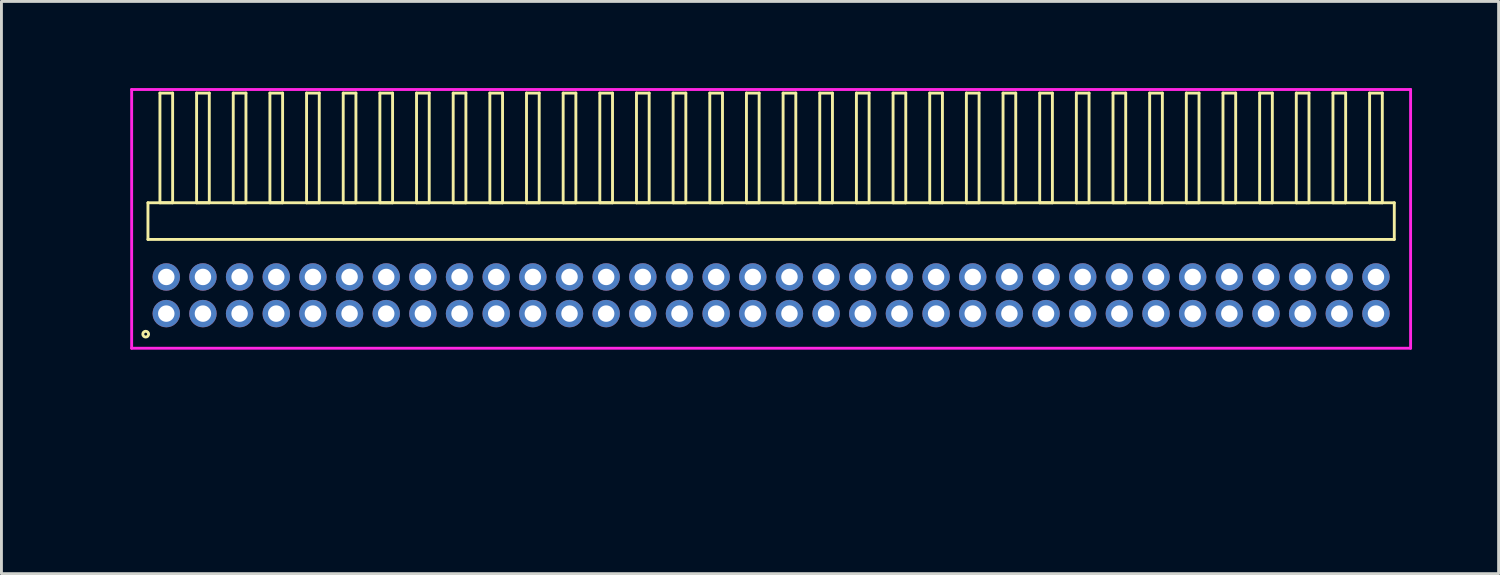
<source format=kicad_pcb>
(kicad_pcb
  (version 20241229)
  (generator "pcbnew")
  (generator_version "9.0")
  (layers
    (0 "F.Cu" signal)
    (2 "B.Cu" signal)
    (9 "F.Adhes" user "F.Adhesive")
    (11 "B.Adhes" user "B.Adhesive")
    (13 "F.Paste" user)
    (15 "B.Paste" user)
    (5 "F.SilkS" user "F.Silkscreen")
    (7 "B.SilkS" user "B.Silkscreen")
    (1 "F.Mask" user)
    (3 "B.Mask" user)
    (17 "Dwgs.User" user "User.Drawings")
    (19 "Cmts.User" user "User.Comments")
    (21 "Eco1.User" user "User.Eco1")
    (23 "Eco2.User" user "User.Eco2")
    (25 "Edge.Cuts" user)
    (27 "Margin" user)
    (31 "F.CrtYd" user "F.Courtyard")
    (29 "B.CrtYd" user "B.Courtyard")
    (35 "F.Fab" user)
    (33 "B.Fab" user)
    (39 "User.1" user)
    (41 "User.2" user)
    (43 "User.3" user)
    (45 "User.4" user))
  (footprint "HDR_RA127P34x2"
    (layer "F.Cu")
    (at 23.666 7.18)
    (property "Reference" "HDR_RA127P34x2" (at -22.905 0 90) (layer "User.1") (effects (font (size 1 1) (thickness 0.1))))
    (attr through_hole)
    (fp_line (start -21.59 -3.205) (end -21.59 -1.935) (stroke (width 0.1) (type solid)) (layer "F.SilkS"))
    (fp_line (start -21.59 -1.935) (end 21.59 -1.935) (stroke (width 0.1) (type solid)) (layer "F.SilkS"))
    (fp_line (start -21.175 -7.005) (end -21.175 -3.205) (stroke (width 0.1) (type solid)) (layer "F.SilkS"))
    (fp_line (start -21.175 -3.205) (end -20.735 -3.205) (stroke (width 0.1) (type solid)) (layer "F.SilkS"))
    (fp_line (start -20.735 -7.005) (end -21.175 -7.005) (stroke (width 0.1) (type solid)) (layer "F.SilkS"))
    (fp_line (start -20.735 -3.205) (end -20.735 -7.005) (stroke (width 0.1) (type solid)) (layer "F.SilkS"))
    (fp_line (start -19.905 -7.005) (end -19.905 -3.205) (stroke (width 0.1) (type solid)) (layer "F.SilkS"))
    (fp_line (start -19.905 -3.205) (end -19.465 -3.205) (stroke (width 0.1) (type solid)) (layer "F.SilkS"))
    (fp_line (start -19.465 -7.005) (end -19.905 -7.005) (stroke (width 0.1) (type solid)) (layer "F.SilkS"))
    (fp_line (start -19.465 -3.205) (end -19.465 -7.005) (stroke (width 0.1) (type solid)) (layer "F.SilkS"))
    (fp_line (start -18.635 -7.005) (end -18.635 -3.205) (stroke (width 0.1) (type solid)) (layer "F.SilkS"))
    (fp_line (start -18.635 -3.205) (end -18.195 -3.205) (stroke (width 0.1) (type solid)) (layer "F.SilkS"))
    (fp_line (start -18.195 -7.005) (end -18.635 -7.005) (stroke (width 0.1) (type solid)) (layer "F.SilkS"))
    (fp_line (start -18.195 -3.205) (end -18.195 -7.005) (stroke (width 0.1) (type solid)) (layer "F.SilkS"))
    (fp_line (start -17.365 -7.005) (end -17.365 -3.205) (stroke (width 0.1) (type solid)) (layer "F.SilkS"))
    (fp_line (start -17.365 -3.205) (end -16.925 -3.205) (stroke (width 0.1) (type solid)) (layer "F.SilkS"))
    (fp_line (start -16.925 -7.005) (end -17.365 -7.005) (stroke (width 0.1) (type solid)) (layer "F.SilkS"))
    (fp_line (start -16.925 -3.205) (end -16.925 -7.005) (stroke (width 0.1) (type solid)) (layer "F.SilkS"))
    (fp_line (start -16.095 -7.005) (end -16.095 -3.205) (stroke (width 0.1) (type solid)) (layer "F.SilkS"))
    (fp_line (start -16.095 -3.205) (end -15.655 -3.205) (stroke (width 0.1) (type solid)) (layer "F.SilkS"))
    (fp_line (start -15.655 -7.005) (end -16.095 -7.005) (stroke (width 0.1) (type solid)) (layer "F.SilkS"))
    (fp_line (start -15.655 -3.205) (end -15.655 -7.005) (stroke (width 0.1) (type solid)) (layer "F.SilkS"))
    (fp_line (start -14.825 -7.005) (end -14.825 -3.205) (stroke (width 0.1) (type solid)) (layer "F.SilkS"))
    (fp_line (start -14.825 -3.205) (end -14.385 -3.205) (stroke (width 0.1) (type solid)) (layer "F.SilkS"))
    (fp_line (start -14.385 -7.005) (end -14.825 -7.005) (stroke (width 0.1) (type solid)) (layer "F.SilkS"))
    (fp_line (start -14.385 -3.205) (end -14.385 -7.005) (stroke (width 0.1) (type solid)) (layer "F.SilkS"))
    (fp_line (start -13.555 -7.005) (end -13.555 -3.205) (stroke (width 0.1) (type solid)) (layer "F.SilkS"))
    (fp_line (start -13.555 -3.205) (end -13.115 -3.205) (stroke (width 0.1) (type solid)) (layer "F.SilkS"))
    (fp_line (start -13.115 -7.005) (end -13.555 -7.005) (stroke (width 0.1) (type solid)) (layer "F.SilkS"))
    (fp_line (start -13.115 -3.205) (end -13.115 -7.005) (stroke (width 0.1) (type solid)) (layer "F.SilkS"))
    (fp_line (start -12.285 -7.005) (end -12.285 -3.205) (stroke (width 0.1) (type solid)) (layer "F.SilkS"))
    (fp_line (start -12.285 -3.205) (end -11.845 -3.205) (stroke (width 0.1) (type solid)) (layer "F.SilkS"))
    (fp_line (start -11.845 -7.005) (end -12.285 -7.005) (stroke (width 0.1) (type solid)) (layer "F.SilkS"))
    (fp_line (start -11.845 -3.205) (end -11.845 -7.005) (stroke (width 0.1) (type solid)) (layer "F.SilkS"))
    (fp_line (start -11.015 -7.005) (end -11.015 -3.205) (stroke (width 0.1) (type solid)) (layer "F.SilkS"))
    (fp_line (start -11.015 -3.205) (end -10.575 -3.205) (stroke (width 0.1) (type solid)) (layer "F.SilkS"))
    (fp_line (start -10.575 -7.005) (end -11.015 -7.005) (stroke (width 0.1) (type solid)) (layer "F.SilkS"))
    (fp_line (start -10.575 -3.205) (end -10.575 -7.005) (stroke (width 0.1) (type solid)) (layer "F.SilkS"))
    (fp_line (start -9.745 -7.005) (end -9.745 -3.205) (stroke (width 0.1) (type solid)) (layer "F.SilkS"))
    (fp_line (start -9.745 -3.205) (end -9.305 -3.205) (stroke (width 0.1) (type solid)) (layer "F.SilkS"))
    (fp_line (start -9.305 -7.005) (end -9.745 -7.005) (stroke (width 0.1) (type solid)) (layer "F.SilkS"))
    (fp_line (start -9.305 -3.205) (end -9.305 -7.005) (stroke (width 0.1) (type solid)) (layer "F.SilkS"))
    (fp_line (start -8.475 -7.005) (end -8.475 -3.205) (stroke (width 0.1) (type solid)) (layer "F.SilkS"))
    (fp_line (start -8.475 -3.205) (end -8.035 -3.205) (stroke (width 0.1) (type solid)) (layer "F.SilkS"))
    (fp_line (start -8.035 -7.005) (end -8.475 -7.005) (stroke (width 0.1) (type solid)) (layer "F.SilkS"))
    (fp_line (start -8.035 -3.205) (end -8.035 -7.005) (stroke (width 0.1) (type solid)) (layer "F.SilkS"))
    (fp_line (start -7.205 -7.005) (end -7.205 -3.205) (stroke (width 0.1) (type solid)) (layer "F.SilkS"))
    (fp_line (start -7.205 -3.205) (end -6.765 -3.205) (stroke (width 0.1) (type solid)) (layer "F.SilkS"))
    (fp_line (start -6.765 -7.005) (end -7.205 -7.005) (stroke (width 0.1) (type solid)) (layer "F.SilkS"))
    (fp_line (start -6.765 -3.205) (end -6.765 -7.005) (stroke (width 0.1) (type solid)) (layer "F.SilkS"))
    (fp_line (start -5.935 -7.005) (end -5.935 -3.205) (stroke (width 0.1) (type solid)) (layer "F.SilkS"))
    (fp_line (start -5.935 -3.205) (end -5.495 -3.205) (stroke (width 0.1) (type solid)) (layer "F.SilkS"))
    (fp_line (start -5.495 -7.005) (end -5.935 -7.005) (stroke (width 0.1) (type solid)) (layer "F.SilkS"))
    (fp_line (start -5.495 -3.205) (end -5.495 -7.005) (stroke (width 0.1) (type solid)) (layer "F.SilkS"))
    (fp_line (start -4.665 -7.005) (end -4.665 -3.205) (stroke (width 0.1) (type solid)) (layer "F.SilkS"))
    (fp_line (start -4.665 -3.205) (end -4.225 -3.205) (stroke (width 0.1) (type solid)) (layer "F.SilkS"))
    (fp_line (start -4.225 -7.005) (end -4.665 -7.005) (stroke (width 0.1) (type solid)) (layer "F.SilkS"))
    (fp_line (start -4.225 -3.205) (end -4.225 -7.005) (stroke (width 0.1) (type solid)) (layer "F.SilkS"))
    (fp_line (start -3.395 -7.005) (end -3.395 -3.205) (stroke (width 0.1) (type solid)) (layer "F.SilkS"))
    (fp_line (start -3.395 -3.205) (end -2.955 -3.205) (stroke (width 0.1) (type solid)) (layer "F.SilkS"))
    (fp_line (start -2.955 -7.005) (end -3.395 -7.005) (stroke (width 0.1) (type solid)) (layer "F.SilkS"))
    (fp_line (start -2.955 -3.205) (end -2.955 -7.005) (stroke (width 0.1) (type solid)) (layer "F.SilkS"))
    (fp_line (start -2.125 -7.005) (end -2.125 -3.205) (stroke (width 0.1) (type solid)) (layer "F.SilkS"))
    (fp_line (start -2.125 -3.205) (end -1.685 -3.205) (stroke (width 0.1) (type solid)) (layer "F.SilkS"))
    (fp_line (start -1.685 -7.005) (end -2.125 -7.005) (stroke (width 0.1) (type solid)) (layer "F.SilkS"))
    (fp_line (start -1.685 -3.205) (end -1.685 -7.005) (stroke (width 0.1) (type solid)) (layer "F.SilkS"))
    (fp_line (start -0.855 -7.005) (end -0.855 -3.205) (stroke (width 0.1) (type solid)) (layer "F.SilkS"))
    (fp_line (start -0.855 -3.205) (end -0.415 -3.205) (stroke (width 0.1) (type solid)) (layer "F.SilkS"))
    (fp_line (start -0.415 -7.005) (end -0.855 -7.005) (stroke (width 0.1) (type solid)) (layer "F.SilkS"))
    (fp_line (start -0.415 -3.205) (end -0.415 -7.005) (stroke (width 0.1) (type solid)) (layer "F.SilkS"))
    (fp_line (start 0.415 -7.005) (end 0.415 -3.205) (stroke (width 0.1) (type solid)) (layer "F.SilkS"))
    (fp_line (start 0.415 -3.205) (end 0.855 -3.205) (stroke (width 0.1) (type solid)) (layer "F.SilkS"))
    (fp_line (start 0.855 -7.005) (end 0.415 -7.005) (stroke (width 0.1) (type solid)) (layer "F.SilkS"))
    (fp_line (start 0.855 -3.205) (end 0.855 -7.005) (stroke (width 0.1) (type solid)) (layer "F.SilkS"))
    (fp_line (start 1.685 -7.005) (end 1.685 -3.205) (stroke (width 0.1) (type solid)) (layer "F.SilkS"))
    (fp_line (start 1.685 -3.205) (end 2.125 -3.205) (stroke (width 0.1) (type solid)) (layer "F.SilkS"))
    (fp_line (start 2.125 -7.005) (end 1.685 -7.005) (stroke (width 0.1) (type solid)) (layer "F.SilkS"))
    (fp_line (start 2.125 -3.205) (end 2.125 -7.005) (stroke (width 0.1) (type solid)) (layer "F.SilkS"))
    (fp_line (start 2.955 -7.005) (end 2.955 -3.205) (stroke (width 0.1) (type solid)) (layer "F.SilkS"))
    (fp_line (start 2.955 -3.205) (end 3.395 -3.205) (stroke (width 0.1) (type solid)) (layer "F.SilkS"))
    (fp_line (start 3.395 -7.005) (end 2.955 -7.005) (stroke (width 0.1) (type solid)) (layer "F.SilkS"))
    (fp_line (start 3.395 -3.205) (end 3.395 -7.005) (stroke (width 0.1) (type solid)) (layer "F.SilkS"))
    (fp_line (start 4.225 -7.005) (end 4.225 -3.205) (stroke (width 0.1) (type solid)) (layer "F.SilkS"))
    (fp_line (start 4.225 -3.205) (end 4.665 -3.205) (stroke (width 0.1) (type solid)) (layer "F.SilkS"))
    (fp_line (start 4.665 -7.005) (end 4.225 -7.005) (stroke (width 0.1) (type solid)) (layer "F.SilkS"))
    (fp_line (start 4.665 -3.205) (end 4.665 -7.005) (stroke (width 0.1) (type solid)) (layer "F.SilkS"))
    (fp_line (start 5.495 -7.005) (end 5.495 -3.205) (stroke (width 0.1) (type solid)) (layer "F.SilkS"))
    (fp_line (start 5.495 -3.205) (end 5.935 -3.205) (stroke (width 0.1) (type solid)) (layer "F.SilkS"))
    (fp_line (start 5.935 -7.005) (end 5.495 -7.005) (stroke (width 0.1) (type solid)) (layer "F.SilkS"))
    (fp_line (start 5.935 -3.205) (end 5.935 -7.005) (stroke (width 0.1) (type solid)) (layer "F.SilkS"))
    (fp_line (start 6.765 -7.005) (end 6.765 -3.205) (stroke (width 0.1) (type solid)) (layer "F.SilkS"))
    (fp_line (start 6.765 -3.205) (end 7.205 -3.205) (stroke (width 0.1) (type solid)) (layer "F.SilkS"))
    (fp_line (start 7.205 -7.005) (end 6.765 -7.005) (stroke (width 0.1) (type solid)) (layer "F.SilkS"))
    (fp_line (start 7.205 -3.205) (end 7.205 -7.005) (stroke (width 0.1) (type solid)) (layer "F.SilkS"))
    (fp_line (start 8.035 -7.005) (end 8.035 -3.205) (stroke (width 0.1) (type solid)) (layer "F.SilkS"))
    (fp_line (start 8.035 -3.205) (end 8.475 -3.205) (stroke (width 0.1) (type solid)) (layer "F.SilkS"))
    (fp_line (start 8.475 -7.005) (end 8.035 -7.005) (stroke (width 0.1) (type solid)) (layer "F.SilkS"))
    (fp_line (start 8.475 -3.205) (end 8.475 -7.005) (stroke (width 0.1) (type solid)) (layer "F.SilkS"))
    (fp_line (start 9.305 -7.005) (end 9.305 -3.205) (stroke (width 0.1) (type solid)) (layer "F.SilkS"))
    (fp_line (start 9.305 -3.205) (end 9.745 -3.205) (stroke (width 0.1) (type solid)) (layer "F.SilkS"))
    (fp_line (start 9.745 -7.005) (end 9.305 -7.005) (stroke (width 0.1) (type solid)) (layer "F.SilkS"))
    (fp_line (start 9.745 -3.205) (end 9.745 -7.005) (stroke (width 0.1) (type solid)) (layer "F.SilkS"))
    (fp_line (start 10.575 -7.005) (end 10.575 -3.205) (stroke (width 0.1) (type solid)) (layer "F.SilkS"))
    (fp_line (start 10.575 -3.205) (end 11.015 -3.205) (stroke (width 0.1) (type solid)) (layer "F.SilkS"))
    (fp_line (start 11.015 -7.005) (end 10.575 -7.005) (stroke (width 0.1) (type solid)) (layer "F.SilkS"))
    (fp_line (start 11.015 -3.205) (end 11.015 -7.005) (stroke (width 0.1) (type solid)) (layer "F.SilkS"))
    (fp_line (start 11.845 -7.005) (end 11.845 -3.205) (stroke (width 0.1) (type solid)) (layer "F.SilkS"))
    (fp_line (start 11.845 -3.205) (end 12.285 -3.205) (stroke (width 0.1) (type solid)) (layer "F.SilkS"))
    (fp_line (start 12.285 -7.005) (end 11.845 -7.005) (stroke (width 0.1) (type solid)) (layer "F.SilkS"))
    (fp_line (start 12.285 -3.205) (end 12.285 -7.005) (stroke (width 0.1) (type solid)) (layer "F.SilkS"))
    (fp_line (start 13.115 -7.005) (end 13.115 -3.205) (stroke (width 0.1) (type solid)) (layer "F.SilkS"))
    (fp_line (start 13.115 -3.205) (end 13.555 -3.205) (stroke (width 0.1) (type solid)) (layer "F.SilkS"))
    (fp_line (start 13.555 -7.005) (end 13.115 -7.005) (stroke (width 0.1) (type solid)) (layer "F.SilkS"))
    (fp_line (start 13.555 -3.205) (end 13.555 -7.005) (stroke (width 0.1) (type solid)) (layer "F.SilkS"))
    (fp_line (start 14.385 -7.005) (end 14.385 -3.205) (stroke (width 0.1) (type solid)) (layer "F.SilkS"))
    (fp_line (start 14.385 -3.205) (end 14.825 -3.205) (stroke (width 0.1) (type solid)) (layer "F.SilkS"))
    (fp_line (start 14.825 -7.005) (end 14.385 -7.005) (stroke (width 0.1) (type solid)) (layer "F.SilkS"))
    (fp_line (start 14.825 -3.205) (end 14.825 -7.005) (stroke (width 0.1) (type solid)) (layer "F.SilkS"))
    (fp_line (start 15.655 -7.005) (end 15.655 -3.205) (stroke (width 0.1) (type solid)) (layer "F.SilkS"))
    (fp_line (start 15.655 -3.205) (end 16.095 -3.205) (stroke (width 0.1) (type solid)) (layer "F.SilkS"))
    (fp_line (start 16.095 -7.005) (end 15.655 -7.005) (stroke (width 0.1) (type solid)) (layer "F.SilkS"))
    (fp_line (start 16.095 -3.205) (end 16.095 -7.005) (stroke (width 0.1) (type solid)) (layer "F.SilkS"))
    (fp_line (start 16.925 -7.005) (end 16.925 -3.205) (stroke (width 0.1) (type solid)) (layer "F.SilkS"))
    (fp_line (start 16.925 -3.205) (end 17.365 -3.205) (stroke (width 0.1) (type solid)) (layer "F.SilkS"))
    (fp_line (start 17.365 -7.005) (end 16.925 -7.005) (stroke (width 0.1) (type solid)) (layer "F.SilkS"))
    (fp_line (start 17.365 -3.205) (end 17.365 -7.005) (stroke (width 0.1) (type solid)) (layer "F.SilkS"))
    (fp_line (start 18.195 -7.005) (end 18.195 -3.205) (stroke (width 0.1) (type solid)) (layer "F.SilkS"))
    (fp_line (start 18.195 -3.205) (end 18.635 -3.205) (stroke (width 0.1) (type solid)) (layer "F.SilkS"))
    (fp_line (start 18.635 -7.005) (end 18.195 -7.005) (stroke (width 0.1) (type solid)) (layer "F.SilkS"))
    (fp_line (start 18.635 -3.205) (end 18.635 -7.005) (stroke (width 0.1) (type solid)) (layer "F.SilkS"))
    (fp_line (start 19.465 -7.005) (end 19.465 -3.205) (stroke (width 0.1) (type solid)) (layer "F.SilkS"))
    (fp_line (start 19.465 -3.205) (end 19.905 -3.205) (stroke (width 0.1) (type solid)) (layer "F.SilkS"))
    (fp_line (start 19.905 -7.005) (end 19.465 -7.005) (stroke (width 0.1) (type solid)) (layer "F.SilkS"))
    (fp_line (start 19.905 -3.205) (end 19.905 -7.005) (stroke (width 0.1) (type solid)) (layer "F.SilkS"))
    (fp_line (start 20.735 -7.005) (end 20.735 -3.205) (stroke (width 0.1) (type solid)) (layer "F.SilkS"))
    (fp_line (start 20.735 -3.205) (end 21.175 -3.205) (stroke (width 0.1) (type solid)) (layer "F.SilkS"))
    (fp_line (start 21.175 -7.005) (end 20.735 -7.005) (stroke (width 0.1) (type solid)) (layer "F.SilkS"))
    (fp_line (start 21.175 -3.205) (end 21.175 -7.005) (stroke (width 0.1) (type solid)) (layer "F.SilkS"))
    (fp_line (start 21.59 -3.205) (end -21.59 -3.205) (stroke (width 0.1) (type solid)) (layer "F.SilkS"))
    (fp_line (start 21.59 -1.935) (end 21.59 -3.205) (stroke (width 0.1) (type solid)) (layer "F.SilkS"))
    (fp_circle (center -21.668 1.347) (end -21.568 1.347) (stroke (width 0.1) (type solid)) (fill no) (layer "F.SilkS"))
    (fp_line (start -22.155 -7.13) (end -22.155 1.835) (stroke (width 0.1) (type solid)) (layer "F.CrtYd"))
    (fp_line (start -22.155 1.835) (end 22.155 1.835) (stroke (width 0.1) (type solid)) (layer "F.CrtYd"))
    (fp_line (start 22.155 -7.13) (end -22.155 -7.13) (stroke (width 0.1) (type solid)) (layer "F.CrtYd"))
    (fp_line (start 22.155 1.835) (end 22.155 -7.13) (stroke (width 0.1) (type solid)) (layer "F.CrtYd"))
    (pad "1" thru_hole oval (at -20.955 0.635) (size 0.95 0.95) (drill 0.57) (layers "*.Cu" "*.Mask"))
    (pad "2" thru_hole oval (at -20.955 -0.635) (size 0.95 0.95) (drill 0.57) (layers "*.Cu" "*.Mask"))
    (pad "3" thru_hole oval (at -19.685 0.635) (size 0.95 0.95) (drill 0.57) (layers "*.Cu" "*.Mask"))
    (pad "4" thru_hole oval (at -19.685 -0.635) (size 0.95 0.95) (drill 0.57) (layers "*.Cu" "*.Mask"))
    (pad "5" thru_hole oval (at -18.415 0.635) (size 0.95 0.95) (drill 0.57) (layers "*.Cu" "*.Mask"))
    (pad "6" thru_hole oval (at -18.415 -0.635) (size 0.95 0.95) (drill 0.57) (layers "*.Cu" "*.Mask"))
    (pad "7" thru_hole oval (at -17.145 0.635) (size 0.95 0.95) (drill 0.57) (layers "*.Cu" "*.Mask"))
    (pad "8" thru_hole oval (at -17.145 -0.635) (size 0.95 0.95) (drill 0.57) (layers "*.Cu" "*.Mask"))
    (pad "9" thru_hole oval (at -15.875 0.635) (size 0.95 0.95) (drill 0.57) (layers "*.Cu" "*.Mask"))
    (pad "10" thru_hole oval (at -15.875 -0.635) (size 0.95 0.95) (drill 0.57) (layers "*.Cu" "*.Mask"))
    (pad "11" thru_hole oval (at -14.605 0.635) (size 0.95 0.95) (drill 0.57) (layers "*.Cu" "*.Mask"))
    (pad "12" thru_hole oval (at -14.605 -0.635) (size 0.95 0.95) (drill 0.57) (layers "*.Cu" "*.Mask"))
    (pad "13" thru_hole oval (at -13.335 0.635) (size 0.95 0.95) (drill 0.57) (layers "*.Cu" "*.Mask"))
    (pad "14" thru_hole oval (at -13.335 -0.635) (size 0.95 0.95) (drill 0.57) (layers "*.Cu" "*.Mask"))
    (pad "15" thru_hole oval (at -12.065 0.635) (size 0.95 0.95) (drill 0.57) (layers "*.Cu" "*.Mask"))
    (pad "16" thru_hole oval (at -12.065 -0.635) (size 0.95 0.95) (drill 0.57) (layers "*.Cu" "*.Mask"))
    (pad "17" thru_hole oval (at -10.795 0.635) (size 0.95 0.95) (drill 0.57) (layers "*.Cu" "*.Mask"))
    (pad "18" thru_hole oval (at -10.795 -0.635) (size 0.95 0.95) (drill 0.57) (layers "*.Cu" "*.Mask"))
    (pad "19" thru_hole oval (at -9.525 0.635) (size 0.95 0.95) (drill 0.57) (layers "*.Cu" "*.Mask"))
    (pad "20" thru_hole oval (at -9.525 -0.635) (size 0.95 0.95) (drill 0.57) (layers "*.Cu" "*.Mask"))
    (pad "21" thru_hole oval (at -8.255 0.635) (size 0.95 0.95) (drill 0.57) (layers "*.Cu" "*.Mask"))
    (pad "22" thru_hole oval (at -8.255 -0.635) (size 0.95 0.95) (drill 0.57) (layers "*.Cu" "*.Mask"))
    (pad "23" thru_hole oval (at -6.985 0.635) (size 0.95 0.95) (drill 0.57) (layers "*.Cu" "*.Mask"))
    (pad "24" thru_hole oval (at -6.985 -0.635) (size 0.95 0.95) (drill 0.57) (layers "*.Cu" "*.Mask"))
    (pad "25" thru_hole oval (at -5.715 0.635) (size 0.95 0.95) (drill 0.57) (layers "*.Cu" "*.Mask"))
    (pad "26" thru_hole oval (at -5.715 -0.635) (size 0.95 0.95) (drill 0.57) (layers "*.Cu" "*.Mask"))
    (pad "27" thru_hole oval (at -4.445 0.635) (size 0.95 0.95) (drill 0.57) (layers "*.Cu" "*.Mask"))
    (pad "28" thru_hole oval (at -4.445 -0.635) (size 0.95 0.95) (drill 0.57) (layers "*.Cu" "*.Mask"))
    (pad "29" thru_hole oval (at -3.175 0.635) (size 0.95 0.95) (drill 0.57) (layers "*.Cu" "*.Mask"))
    (pad "30" thru_hole oval (at -3.175 -0.635) (size 0.95 0.95) (drill 0.57) (layers "*.Cu" "*.Mask"))
    (pad "31" thru_hole oval (at -1.905 0.635) (size 0.95 0.95) (drill 0.57) (layers "*.Cu" "*.Mask"))
    (pad "32" thru_hole oval (at -1.905 -0.635) (size 0.95 0.95) (drill 0.57) (layers "*.Cu" "*.Mask"))
    (pad "33" thru_hole oval (at -0.635 0.635) (size 0.95 0.95) (drill 0.57) (layers "*.Cu" "*.Mask"))
    (pad "34" thru_hole oval (at -0.635 -0.635) (size 0.95 0.95) (drill 0.57) (layers "*.Cu" "*.Mask"))
    (pad "35" thru_hole oval (at 0.635 0.635) (size 0.95 0.95) (drill 0.57) (layers "*.Cu" "*.Mask"))
    (pad "36" thru_hole oval (at 0.635 -0.635) (size 0.95 0.95) (drill 0.57) (layers "*.Cu" "*.Mask"))
    (pad "37" thru_hole oval (at 1.905 0.635) (size 0.95 0.95) (drill 0.57) (layers "*.Cu" "*.Mask"))
    (pad "38" thru_hole oval (at 1.905 -0.635) (size 0.95 0.95) (drill 0.57) (layers "*.Cu" "*.Mask"))
    (pad "39" thru_hole oval (at 3.175 0.635) (size 0.95 0.95) (drill 0.57) (layers "*.Cu" "*.Mask"))
    (pad "40" thru_hole oval (at 3.175 -0.635) (size 0.95 0.95) (drill 0.57) (layers "*.Cu" "*.Mask"))
    (pad "41" thru_hole oval (at 4.445 0.635) (size 0.95 0.95) (drill 0.57) (layers "*.Cu" "*.Mask"))
    (pad "42" thru_hole oval (at 4.445 -0.635) (size 0.95 0.95) (drill 0.57) (layers "*.Cu" "*.Mask"))
    (pad "43" thru_hole oval (at 5.715 0.635) (size 0.95 0.95) (drill 0.57) (layers "*.Cu" "*.Mask"))
    (pad "44" thru_hole oval (at 5.715 -0.635) (size 0.95 0.95) (drill 0.57) (layers "*.Cu" "*.Mask"))
    (pad "45" thru_hole oval (at 6.985 0.635) (size 0.95 0.95) (drill 0.57) (layers "*.Cu" "*.Mask"))
    (pad "46" thru_hole oval (at 6.985 -0.635) (size 0.95 0.95) (drill 0.57) (layers "*.Cu" "*.Mask"))
    (pad "47" thru_hole oval (at 8.255 0.635) (size 0.95 0.95) (drill 0.57) (layers "*.Cu" "*.Mask"))
    (pad "48" thru_hole oval (at 8.255 -0.635) (size 0.95 0.95) (drill 0.57) (layers "*.Cu" "*.Mask"))
    (pad "49" thru_hole oval (at 9.525 0.635) (size 0.95 0.95) (drill 0.57) (layers "*.Cu" "*.Mask"))
    (pad "50" thru_hole oval (at 9.525 -0.635) (size 0.95 0.95) (drill 0.57) (layers "*.Cu" "*.Mask"))
    (pad "51" thru_hole oval (at 10.795 0.635) (size 0.95 0.95) (drill 0.57) (layers "*.Cu" "*.Mask"))
    (pad "52" thru_hole oval (at 10.795 -0.635) (size 0.95 0.95) (drill 0.57) (layers "*.Cu" "*.Mask"))
    (pad "53" thru_hole oval (at 12.065 0.635) (size 0.95 0.95) (drill 0.57) (layers "*.Cu" "*.Mask"))
    (pad "54" thru_hole oval (at 12.065 -0.635) (size 0.95 0.95) (drill 0.57) (layers "*.Cu" "*.Mask"))
    (pad "55" thru_hole oval (at 13.335 0.635) (size 0.95 0.95) (drill 0.57) (layers "*.Cu" "*.Mask"))
    (pad "56" thru_hole oval (at 13.335 -0.635) (size 0.95 0.95) (drill 0.57) (layers "*.Cu" "*.Mask"))
    (pad "57" thru_hole oval (at 14.605 0.635) (size 0.95 0.95) (drill 0.57) (layers "*.Cu" "*.Mask"))
    (pad "58" thru_hole oval (at 14.605 -0.635) (size 0.95 0.95) (drill 0.57) (layers "*.Cu" "*.Mask"))
    (pad "59" thru_hole oval (at 15.875 0.635) (size 0.95 0.95) (drill 0.57) (layers "*.Cu" "*.Mask"))
    (pad "60" thru_hole oval (at 15.875 -0.635) (size 0.95 0.95) (drill 0.57) (layers "*.Cu" "*.Mask"))
    (pad "61" thru_hole oval (at 17.145 0.635) (size 0.95 0.95) (drill 0.57) (layers "*.Cu" "*.Mask"))
    (pad "62" thru_hole oval (at 17.145 -0.635) (size 0.95 0.95) (drill 0.57) (layers "*.Cu" "*.Mask"))
    (pad "63" thru_hole oval (at 18.415 0.635) (size 0.95 0.95) (drill 0.57) (layers "*.Cu" "*.Mask"))
    (pad "64" thru_hole oval (at 18.415 -0.635) (size 0.95 0.95) (drill 0.57) (layers "*.Cu" "*.Mask"))
    (pad "65" thru_hole oval (at 19.685 0.635) (size 0.95 0.95) (drill 0.57) (layers "*.Cu" "*.Mask"))
    (pad "66" thru_hole oval (at 19.685 -0.635) (size 0.95 0.95) (drill 0.57) (layers "*.Cu" "*.Mask"))
    (pad "67" thru_hole oval (at 20.955 0.635) (size 0.95 0.95) (drill 0.57) (layers "*.Cu" "*.Mask"))
    (pad "68" thru_hole oval (at 20.955 -0.635) (size 0.95 0.95) (drill 0.57) (layers "*.Cu" "*.Mask")))
  (gr_rect
    (start -3 -3)
    (end 48.87 16.825)
    (stroke (width 0.1) (type default))
    (fill no)
    (layer "Edge.Cuts")))
</source>
